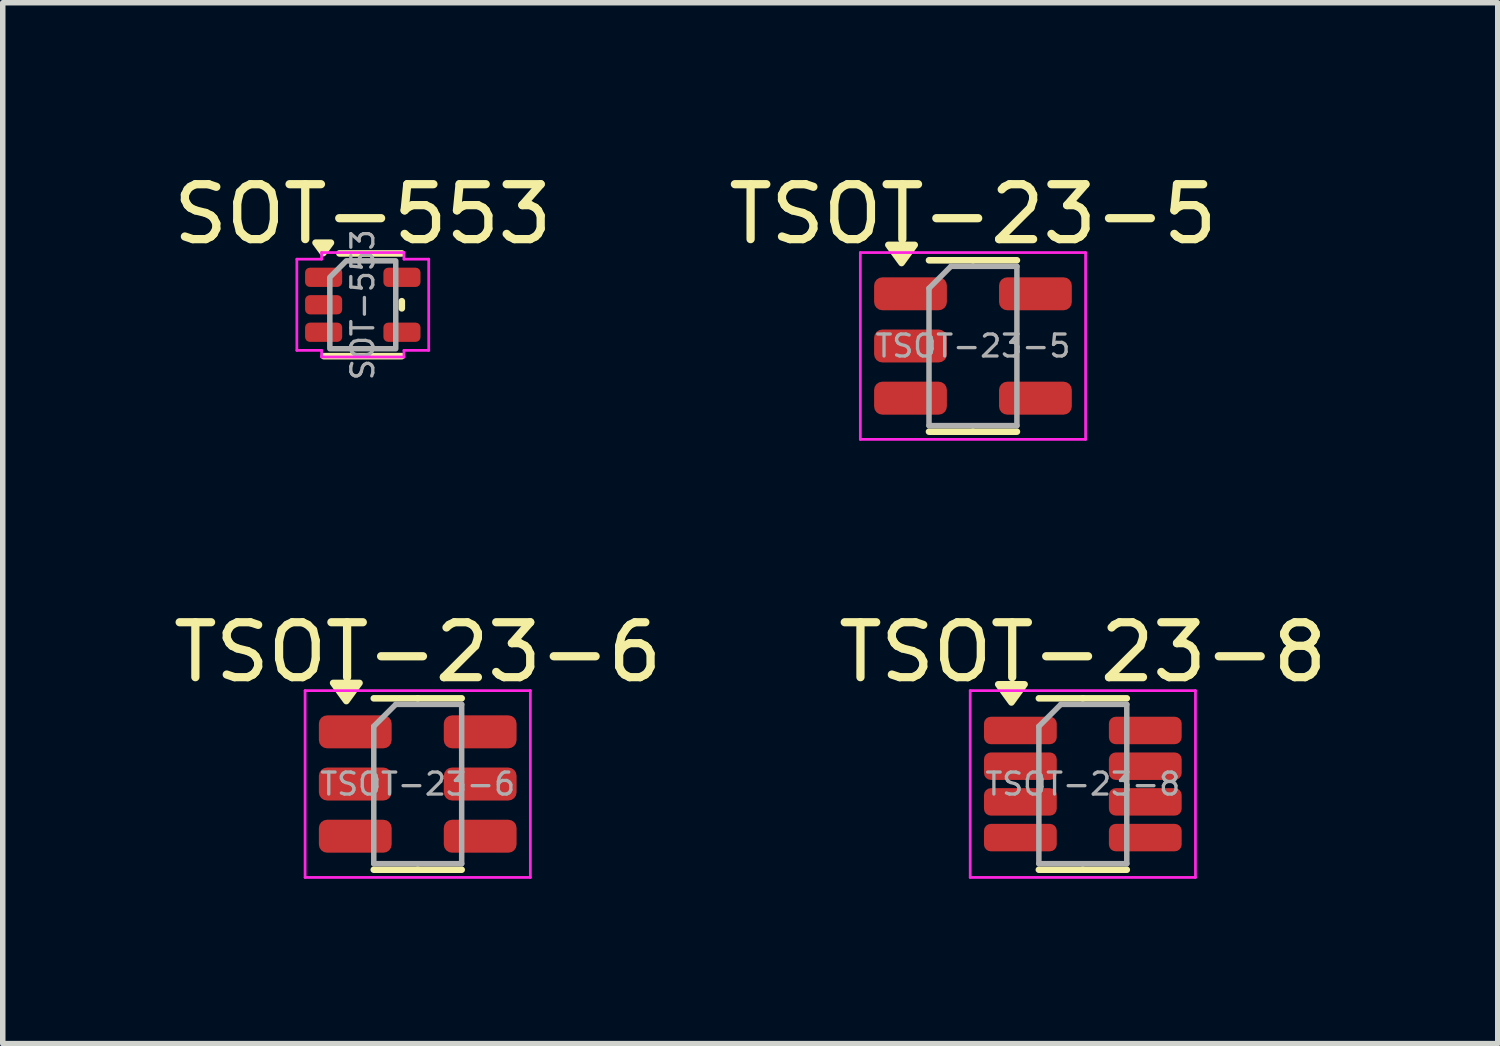
<source format=kicad_pcb>
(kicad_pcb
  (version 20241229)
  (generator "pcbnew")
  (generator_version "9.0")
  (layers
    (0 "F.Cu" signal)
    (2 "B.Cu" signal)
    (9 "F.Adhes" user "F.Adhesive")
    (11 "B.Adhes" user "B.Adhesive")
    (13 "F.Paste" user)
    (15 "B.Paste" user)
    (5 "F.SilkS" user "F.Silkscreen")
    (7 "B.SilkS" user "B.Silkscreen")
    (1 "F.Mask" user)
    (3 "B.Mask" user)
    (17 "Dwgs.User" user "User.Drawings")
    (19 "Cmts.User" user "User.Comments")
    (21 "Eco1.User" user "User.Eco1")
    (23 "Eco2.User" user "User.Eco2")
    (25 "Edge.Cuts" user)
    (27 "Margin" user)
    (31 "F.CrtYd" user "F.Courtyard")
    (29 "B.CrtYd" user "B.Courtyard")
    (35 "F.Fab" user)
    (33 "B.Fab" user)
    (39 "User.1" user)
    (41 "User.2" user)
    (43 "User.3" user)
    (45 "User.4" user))
  (footprint "TSOT-23-8"
    (layer "F.Cu")
    (at 16.661 11.222)
    (property "Reference" "TSOT-23-8" (at 0 -2.4 0) (layer "F.SilkS") (effects (font (size 1 1) (thickness 0.15))))
    (attr smd)
    (fp_line (start 0 -1.56) (end -0.8 -1.56) (stroke (width 0.12) (type solid)) (layer "F.SilkS"))
    (fp_line (start 0 -1.56) (end 0.8 -1.56) (stroke (width 0.12) (type solid)) (layer "F.SilkS"))
    (fp_line (start 0 1.56) (end -0.8 1.56) (stroke (width 0.12) (type solid)) (layer "F.SilkS"))
    (fp_line (start 0 1.56) (end 0.8 1.56) (stroke (width 0.12) (type solid)) (layer "F.SilkS"))
    (fp_poly (pts (xy -1.3 -1.485) (xy -1.54 -1.815) (xy -1.06 -1.815) (xy -1.3 -1.485)) (stroke (width 0.12) (type solid)) (fill yes) (layer "F.SilkS"))
    (fp_line (start -2.05 -1.7) (end -2.05 1.7) (stroke (width 0.05) (type solid)) (layer "F.CrtYd"))
    (fp_line (start -2.05 1.7) (end 2.05 1.7) (stroke (width 0.05) (type solid)) (layer "F.CrtYd"))
    (fp_line (start 2.05 -1.7) (end -2.05 -1.7) (stroke (width 0.05) (type solid)) (layer "F.CrtYd"))
    (fp_line (start 2.05 1.7) (end 2.05 -1.7) (stroke (width 0.05) (type solid)) (layer "F.CrtYd"))
    (fp_line (start -0.8 -1.05) (end -0.4 -1.45) (stroke (width 0.1) (type solid)) (layer "F.Fab"))
    (fp_line (start -0.8 1.45) (end -0.8 -1.05) (stroke (width 0.1) (type solid)) (layer "F.Fab"))
    (fp_line (start -0.4 -1.45) (end 0.8 -1.45) (stroke (width 0.1) (type solid)) (layer "F.Fab"))
    (fp_line (start 0.8 -1.45) (end 0.8 1.45) (stroke (width 0.1) (type solid)) (layer "F.Fab"))
    (fp_line (start 0.8 1.45) (end -0.8 1.45) (stroke (width 0.1) (type solid)) (layer "F.Fab"))
    (fp_text user "${REFERENCE}" (at 0 0 0) (layer "F.Fab") (effects (font (size 0.4 0.4) (thickness 0.06))))
    (pad "1" smd roundrect (at -1.137 -0.975) (size 1.325 0.5) (layers "F.Cu" "F.Mask" "F.Paste") (roundrect_rratio 0.25))
    (pad "2" smd roundrect (at -1.137 -0.325) (size 1.325 0.5) (layers "F.Cu" "F.Mask" "F.Paste") (roundrect_rratio 0.25))
    (pad "3" smd roundrect (at -1.137 0.325) (size 1.325 0.5) (layers "F.Cu" "F.Mask" "F.Paste") (roundrect_rratio 0.25))
    (pad "4" smd roundrect (at -1.137 0.975) (size 1.325 0.5) (layers "F.Cu" "F.Mask" "F.Paste") (roundrect_rratio 0.25))
    (pad "5" smd roundrect (at 1.137 0.975) (size 1.325 0.5) (layers "F.Cu" "F.Mask" "F.Paste") (roundrect_rratio 0.25))
    (pad "6" smd roundrect (at 1.137 0.325) (size 1.325 0.5) (layers "F.Cu" "F.Mask" "F.Paste") (roundrect_rratio 0.25))
    (pad "7" smd roundrect (at 1.137 -0.325) (size 1.325 0.5) (layers "F.Cu" "F.Mask" "F.Paste") (roundrect_rratio 0.25))
    (pad "8" smd roundrect (at 1.137 -0.975) (size 1.325 0.5) (layers "F.Cu" "F.Mask" "F.Paste") (roundrect_rratio 0.25)))
  (footprint "SOT-553"
    (layer "F.Cu")
    (at 3.554 2.498)
    (property "Reference" "SOT-553" (at 0 -1.65 0) (layer "F.SilkS") (effects (font (size 1 1) (thickness 0.15))))
    (attr smd)
    (fp_line (start -0.426 -0.935) (end 0.71 -0.935) (stroke (width 0.12) (type solid)) (layer "F.SilkS"))
    (fp_line (start 0.71 -0.065) (end 0.71 0.065) (stroke (width 0.12) (type solid)) (layer "F.SilkS"))
    (fp_line (start 0.71 0.935) (end -0.71 0.935) (stroke (width 0.12) (type solid)) (layer "F.SilkS"))
    (fp_poly (pts (xy -0.72 -0.94) (xy -0.86 -1.13) (xy -0.58 -1.13)) (stroke (width 0.12) (type solid)) (fill yes) (layer "F.SilkS"))
    (fp_line (start -1.2 -0.83) (end -0.75 -0.83) (stroke (width 0.05) (type solid)) (layer "F.CrtYd"))
    (fp_line (start -1.2 0.83) (end -1.2 -0.83) (stroke (width 0.05) (type solid)) (layer "F.CrtYd"))
    (fp_line (start -0.75 -0.95) (end 0.75 -0.95) (stroke (width 0.05) (type solid)) (layer "F.CrtYd"))
    (fp_line (start -0.75 -0.83) (end -0.75 -0.95) (stroke (width 0.05) (type solid)) (layer "F.CrtYd"))
    (fp_line (start -0.75 0.83) (end -1.2 0.83) (stroke (width 0.05) (type solid)) (layer "F.CrtYd"))
    (fp_line (start -0.75 0.95) (end -0.75 0.83) (stroke (width 0.05) (type solid)) (layer "F.CrtYd"))
    (fp_line (start 0.75 -0.95) (end 0.75 -0.83) (stroke (width 0.05) (type solid)) (layer "F.CrtYd"))
    (fp_line (start 0.75 -0.83) (end 1.2 -0.83) (stroke (width 0.05) (type solid)) (layer "F.CrtYd"))
    (fp_line (start 0.75 0.83) (end 0.75 0.95) (stroke (width 0.05) (type solid)) (layer "F.CrtYd"))
    (fp_line (start 0.75 0.95) (end -0.75 0.95) (stroke (width 0.05) (type solid)) (layer "F.CrtYd"))
    (fp_line (start 1.2 -0.83) (end 1.2 0.83) (stroke (width 0.05) (type solid)) (layer "F.CrtYd"))
    (fp_line (start 1.2 0.83) (end 0.75 0.83) (stroke (width 0.05) (type solid)) (layer "F.CrtYd"))
    (fp_poly (pts (xy -0.3 -0.8) (xy 0.6 -0.8) (xy 0.6 0.8) (xy -0.6 0.8) (xy -0.6 -0.5)) (stroke (width 0.1) (type solid)) (fill no) (layer "F.Fab"))
    (fp_text user "${REFERENCE}" (at 0 0 90) (layer "F.Fab") (effects (font (size 0.4 0.4) (thickness 0.06))))
    (pad "1" smd roundrect (at -0.713 -0.5) (size 0.675 0.35) (layers "F.Cu" "F.Mask" "F.Paste") (roundrect_rratio 0.25))
    (pad "2" smd roundrect (at -0.713 0) (size 0.675 0.35) (layers "F.Cu" "F.Mask" "F.Paste") (roundrect_rratio 0.25))
    (pad "3" smd roundrect (at -0.713 0.5) (size 0.675 0.35) (layers "F.Cu" "F.Mask" "F.Paste") (roundrect_rratio 0.25))
    (pad "4" smd roundrect (at 0.713 0.5) (size 0.675 0.35) (layers "F.Cu" "F.Mask" "F.Paste") (roundrect_rratio 0.25))
    (pad "5" smd roundrect (at 0.713 -0.5) (size 0.675 0.35) (layers "F.Cu" "F.Mask" "F.Paste") (roundrect_rratio 0.25)))
  (footprint "TSOT-23-5"
    (layer "F.Cu")
    (at 14.661 3.248)
    (property "Reference" "TSOT-23-5" (at 0 -2.4 0) (layer "F.SilkS") (effects (font (size 1 1) (thickness 0.15))))
    (attr smd)
    (fp_line (start 0 -1.56) (end -0.8 -1.56) (stroke (width 0.12) (type solid)) (layer "F.SilkS"))
    (fp_line (start 0 -1.56) (end 0.8 -1.56) (stroke (width 0.12) (type solid)) (layer "F.SilkS"))
    (fp_line (start 0 1.56) (end -0.8 1.56) (stroke (width 0.12) (type solid)) (layer "F.SilkS"))
    (fp_line (start 0 1.56) (end 0.8 1.56) (stroke (width 0.12) (type solid)) (layer "F.SilkS"))
    (fp_poly (pts (xy -1.3 -1.51) (xy -1.54 -1.84) (xy -1.06 -1.84) (xy -1.3 -1.51)) (stroke (width 0.12) (type solid)) (fill yes) (layer "F.SilkS"))
    (fp_line (start -2.05 -1.7) (end -2.05 1.7) (stroke (width 0.05) (type solid)) (layer "F.CrtYd"))
    (fp_line (start -2.05 1.7) (end 2.05 1.7) (stroke (width 0.05) (type solid)) (layer "F.CrtYd"))
    (fp_line (start 2.05 -1.7) (end -2.05 -1.7) (stroke (width 0.05) (type solid)) (layer "F.CrtYd"))
    (fp_line (start 2.05 1.7) (end 2.05 -1.7) (stroke (width 0.05) (type solid)) (layer "F.CrtYd"))
    (fp_line (start -0.8 -1.05) (end -0.4 -1.45) (stroke (width 0.1) (type solid)) (layer "F.Fab"))
    (fp_line (start -0.8 1.45) (end -0.8 -1.05) (stroke (width 0.1) (type solid)) (layer "F.Fab"))
    (fp_line (start -0.4 -1.45) (end 0.8 -1.45) (stroke (width 0.1) (type solid)) (layer "F.Fab"))
    (fp_line (start 0.8 -1.45) (end 0.8 1.45) (stroke (width 0.1) (type solid)) (layer "F.Fab"))
    (fp_line (start 0.8 1.45) (end -0.8 1.45) (stroke (width 0.1) (type solid)) (layer "F.Fab"))
    (fp_text user "${REFERENCE}" (at 0 0 0) (layer "F.Fab") (effects (font (size 0.4 0.4) (thickness 0.06))))
    (pad "1" smd roundrect (at -1.137 -0.95) (size 1.325 0.6) (layers "F.Cu" "F.Mask" "F.Paste") (roundrect_rratio 0.25))
    (pad "2" smd roundrect (at -1.137 0) (size 1.325 0.6) (layers "F.Cu" "F.Mask" "F.Paste") (roundrect_rratio 0.25))
    (pad "3" smd roundrect (at -1.137 0.95) (size 1.325 0.6) (layers "F.Cu" "F.Mask" "F.Paste") (roundrect_rratio 0.25))
    (pad "4" smd roundrect (at 1.137 0.95) (size 1.325 0.6) (layers "F.Cu" "F.Mask" "F.Paste") (roundrect_rratio 0.25))
    (pad "5" smd roundrect (at 1.137 -0.95) (size 1.325 0.6) (layers "F.Cu" "F.Mask" "F.Paste") (roundrect_rratio 0.25)))
  (footprint "TSOT-23-6"
    (layer "F.Cu")
    (at 4.554 11.222)
    (property "Reference" "TSOT-23-6" (at 0 -2.4 0) (layer "F.SilkS") (effects (font (size 1 1) (thickness 0.15))))
    (attr smd)
    (fp_line (start 0 -1.56) (end -0.8 -1.56) (stroke (width 0.12) (type solid)) (layer "F.SilkS"))
    (fp_line (start 0 -1.56) (end 0.8 -1.56) (stroke (width 0.12) (type solid)) (layer "F.SilkS"))
    (fp_line (start 0 1.56) (end -0.8 1.56) (stroke (width 0.12) (type solid)) (layer "F.SilkS"))
    (fp_line (start 0 1.56) (end 0.8 1.56) (stroke (width 0.12) (type solid)) (layer "F.SilkS"))
    (fp_poly (pts (xy -1.3 -1.51) (xy -1.54 -1.84) (xy -1.06 -1.84) (xy -1.3 -1.51)) (stroke (width 0.12) (type solid)) (fill yes) (layer "F.SilkS"))
    (fp_line (start -2.05 -1.7) (end -2.05 1.7) (stroke (width 0.05) (type solid)) (layer "F.CrtYd"))
    (fp_line (start -2.05 1.7) (end 2.05 1.7) (stroke (width 0.05) (type solid)) (layer "F.CrtYd"))
    (fp_line (start 2.05 -1.7) (end -2.05 -1.7) (stroke (width 0.05) (type solid)) (layer "F.CrtYd"))
    (fp_line (start 2.05 1.7) (end 2.05 -1.7) (stroke (width 0.05) (type solid)) (layer "F.CrtYd"))
    (fp_line (start -0.8 -1.05) (end -0.4 -1.45) (stroke (width 0.1) (type solid)) (layer "F.Fab"))
    (fp_line (start -0.8 1.45) (end -0.8 -1.05) (stroke (width 0.1) (type solid)) (layer "F.Fab"))
    (fp_line (start -0.4 -1.45) (end 0.8 -1.45) (stroke (width 0.1) (type solid)) (layer "F.Fab"))
    (fp_line (start 0.8 -1.45) (end 0.8 1.45) (stroke (width 0.1) (type solid)) (layer "F.Fab"))
    (fp_line (start 0.8 1.45) (end -0.8 1.45) (stroke (width 0.1) (type solid)) (layer "F.Fab"))
    (fp_text user "${REFERENCE}" (at 0 0 0) (layer "F.Fab") (effects (font (size 0.4 0.4) (thickness 0.06))))
    (pad "1" smd roundrect (at -1.137 -0.95) (size 1.325 0.6) (layers "F.Cu" "F.Mask" "F.Paste") (roundrect_rratio 0.25))
    (pad "2" smd roundrect (at -1.137 0) (size 1.325 0.6) (layers "F.Cu" "F.Mask" "F.Paste") (roundrect_rratio 0.25))
    (pad "3" smd roundrect (at -1.137 0.95) (size 1.325 0.6) (layers "F.Cu" "F.Mask" "F.Paste") (roundrect_rratio 0.25))
    (pad "4" smd roundrect (at 1.137 0.95) (size 1.325 0.6) (layers "F.Cu" "F.Mask" "F.Paste") (roundrect_rratio 0.25))
    (pad "5" smd roundrect (at 1.137 0) (size 1.325 0.6) (layers "F.Cu" "F.Mask" "F.Paste") (roundrect_rratio 0.25))
    (pad "6" smd roundrect (at 1.137 -0.95) (size 1.325 0.6) (layers "F.Cu" "F.Mask" "F.Paste") (roundrect_rratio 0.25)))
  (gr_rect
    (start -3 -3)
    (end 24.214 15.947)
    (stroke (width 0.1) (type default))
    (fill no)
    (layer "Edge.Cuts")))
</source>
